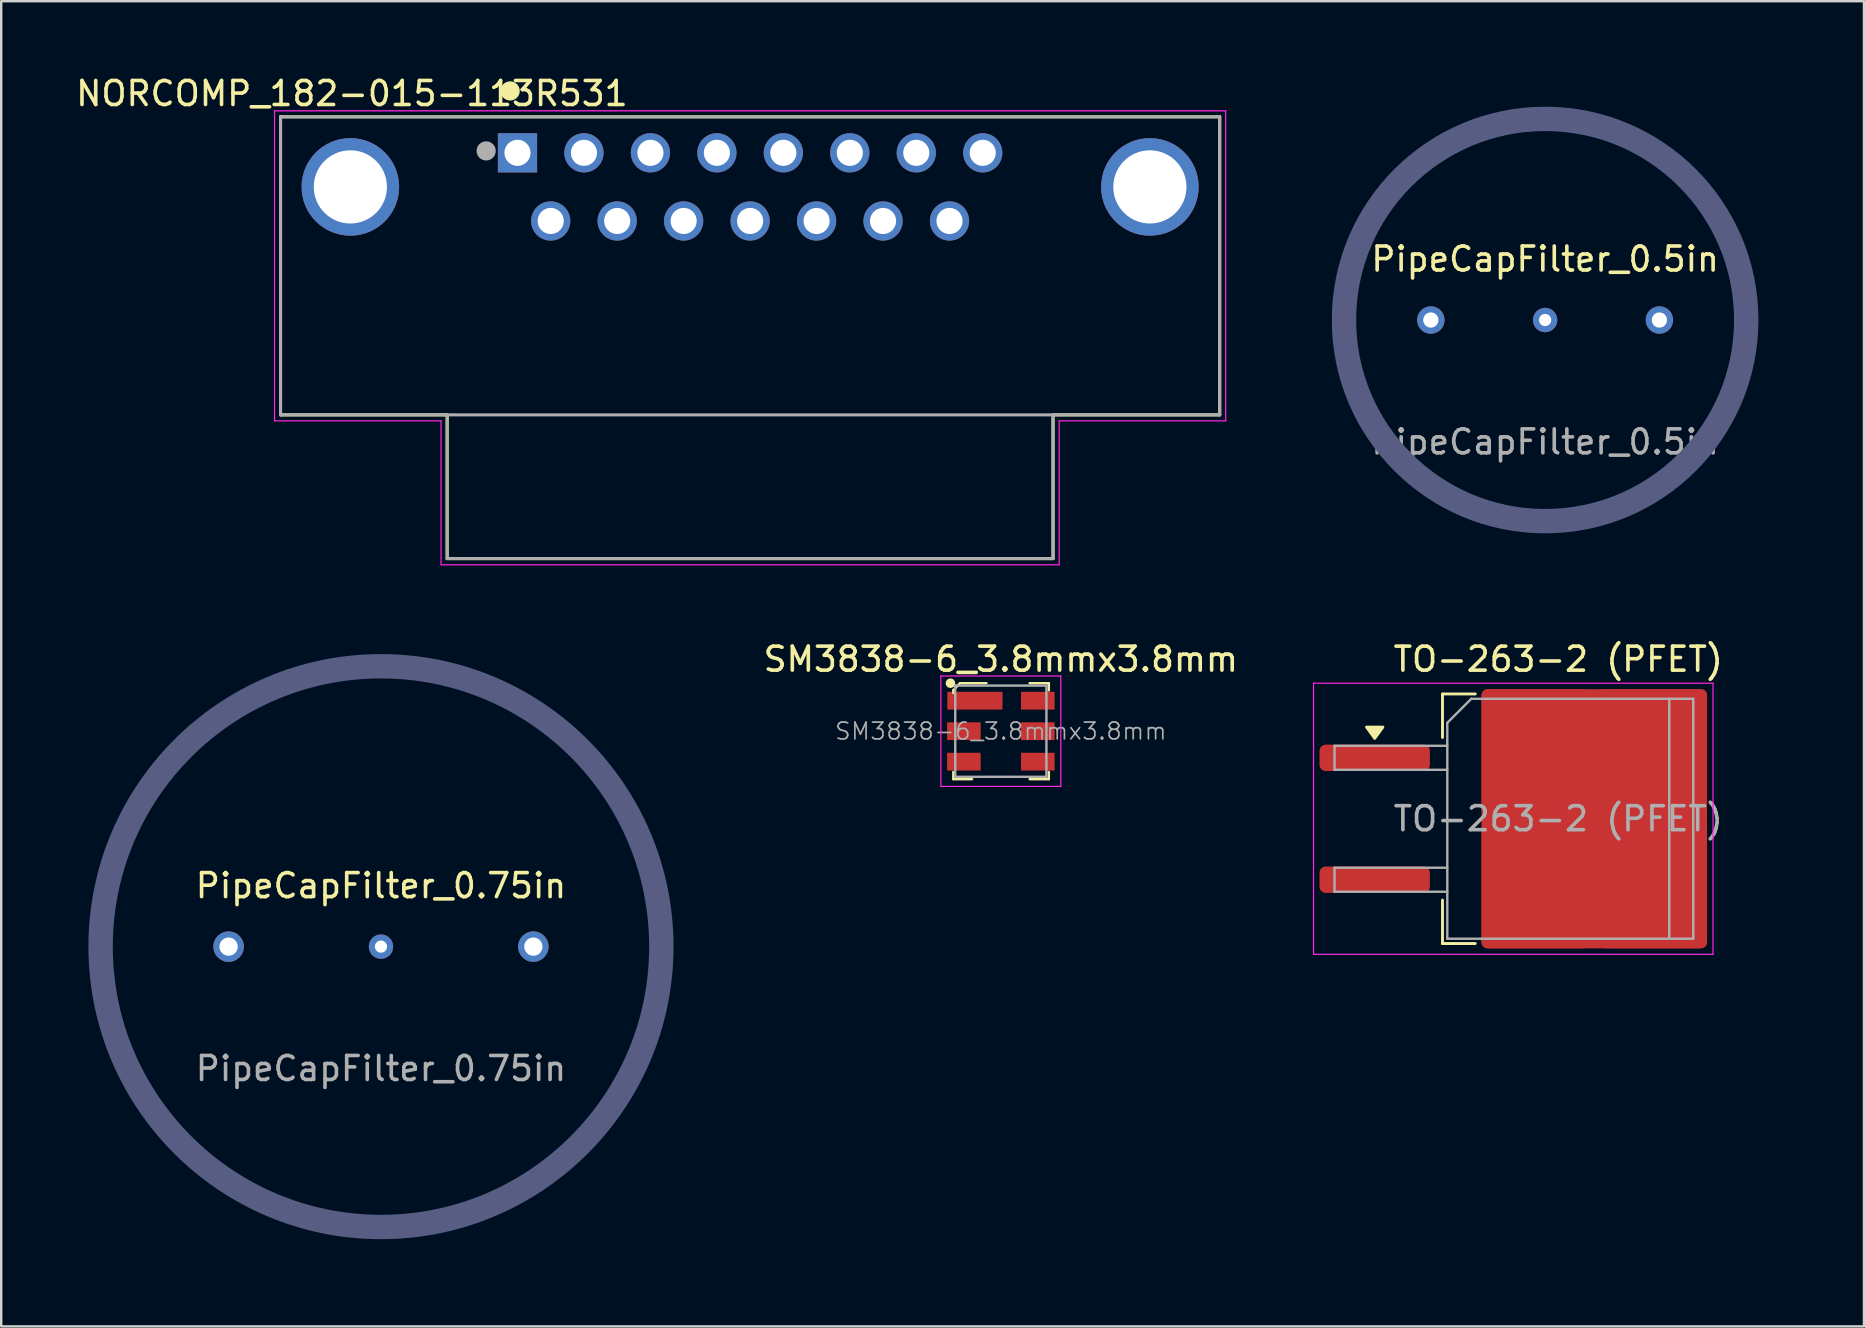
<source format=kicad_pcb>
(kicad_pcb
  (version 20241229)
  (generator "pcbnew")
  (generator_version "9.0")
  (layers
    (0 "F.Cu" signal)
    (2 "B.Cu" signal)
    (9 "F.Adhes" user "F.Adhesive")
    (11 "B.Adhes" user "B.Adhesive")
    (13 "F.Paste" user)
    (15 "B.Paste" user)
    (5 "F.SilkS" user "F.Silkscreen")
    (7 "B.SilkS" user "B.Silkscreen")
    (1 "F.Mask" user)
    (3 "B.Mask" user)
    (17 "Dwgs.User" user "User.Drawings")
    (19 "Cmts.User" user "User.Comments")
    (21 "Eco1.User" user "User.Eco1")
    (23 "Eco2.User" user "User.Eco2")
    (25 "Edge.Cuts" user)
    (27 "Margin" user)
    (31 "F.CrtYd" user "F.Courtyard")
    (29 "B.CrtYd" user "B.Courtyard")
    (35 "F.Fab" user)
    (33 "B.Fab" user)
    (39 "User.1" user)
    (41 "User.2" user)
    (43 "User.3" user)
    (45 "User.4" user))
  (footprint "TO-263-2 (PFET)"
    (layer "F.Cu")
    (at 61.891 31.072)
    (property "Reference" "TO-263-2 (PFET)" (at 0 -6.65 0) (layer "F.SilkS") (effects (font (size 1 1) (thickness 0.15))))
    (attr smd)
    (fp_line (start -4.825 -5.2) (end -4.825 -3.39) (stroke (width 0.12) (type solid)) (layer "F.SilkS"))
    (fp_line (start -4.825 5.2) (end -4.825 3.39) (stroke (width 0.12) (type solid)) (layer "F.SilkS"))
    (fp_line (start -3.46 -5.2) (end -4.825 -5.2) (stroke (width 0.12) (type solid)) (layer "F.SilkS"))
    (fp_line (start -3.46 5.2) (end -4.825 5.2) (stroke (width 0.12) (type solid)) (layer "F.SilkS"))
    (fp_poly (pts (xy -7.65 -3.35) (xy -7.99 -3.82) (xy -7.31 -3.82) (xy -7.65 -3.35)) (stroke (width 0.12) (type solid)) (fill yes) (layer "F.SilkS"))
    (fp_line (start -10.2 -5.65) (end -10.2 5.65) (stroke (width 0.05) (type solid)) (layer "F.CrtYd"))
    (fp_line (start -10.2 5.65) (end 6.45 5.65) (stroke (width 0.05) (type solid)) (layer "F.CrtYd"))
    (fp_line (start 6.45 -5.65) (end -10.2 -5.65) (stroke (width 0.05) (type solid)) (layer "F.CrtYd"))
    (fp_line (start 6.45 5.65) (end 6.45 -5.65) (stroke (width 0.05) (type solid)) (layer "F.CrtYd"))
    (fp_line (start -9.325 -3.04) (end -9.325 -2.04) (stroke (width 0.1) (type solid)) (layer "F.Fab"))
    (fp_line (start -9.325 -2.04) (end -4.625 -2.04) (stroke (width 0.1) (type solid)) (layer "F.Fab"))
    (fp_line (start -9.325 2.04) (end -9.325 3.04) (stroke (width 0.1) (type solid)) (layer "F.Fab"))
    (fp_line (start -9.325 3.04) (end -4.625 3.04) (stroke (width 0.1) (type solid)) (layer "F.Fab"))
    (fp_line (start -4.625 -4) (end -3.625 -5) (stroke (width 0.1) (type solid)) (layer "F.Fab"))
    (fp_line (start -4.625 -3.04) (end -9.325 -3.04) (stroke (width 0.1) (type solid)) (layer "F.Fab"))
    (fp_line (start -4.625 2.04) (end -9.325 2.04) (stroke (width 0.1) (type solid)) (layer "F.Fab"))
    (fp_line (start -4.625 5) (end -4.625 -4) (stroke (width 0.1) (type solid)) (layer "F.Fab"))
    (fp_line (start -3.625 -5) (end 4.625 -5) (stroke (width 0.1) (type solid)) (layer "F.Fab"))
    (fp_line (start 4.625 -5) (end 4.625 5) (stroke (width 0.1) (type solid)) (layer "F.Fab"))
    (fp_line (start 4.625 -5) (end 5.625 -5) (stroke (width 0.1) (type solid)) (layer "F.Fab"))
    (fp_line (start 4.625 5) (end -4.625 5) (stroke (width 0.1) (type solid)) (layer "F.Fab"))
    (fp_line (start 5.625 -5) (end 5.625 5) (stroke (width 0.1) (type solid)) (layer "F.Fab"))
    (fp_line (start 5.625 5) (end 4.625 5) (stroke (width 0.1) (type solid)) (layer "F.Fab"))
    (fp_text user "${REFERENCE}" (at 0 0 0) (layer "F.Fab") (effects (font (size 1 1) (thickness 0.15))))
    (pad "1" smd roundrect (at -7.65 -2.54) (size 4.6 1.1) (layers "F.Cu" "F.Mask" "F.Paste") (roundrect_rratio 0.227))
    (pad "2" smd roundrect (at -7.65 2.54) (size 4.6 1.1) (layers "F.Cu" "F.Mask" "F.Paste") (roundrect_rratio 0.227))
    (pad "3" smd roundrect (at -0.925 -2.775) (size 4.55 5.25) (layers "F.Cu" "F.Paste") (roundrect_rratio 0.055))
    (pad "3" smd roundrect (at -0.925 2.775) (size 4.55 5.25) (layers "F.Cu" "F.Paste") (roundrect_rratio 0.055))
    (pad "3" smd roundrect (at 1.5 0) (size 9.4 10.8) (layers "F.Cu" "F.Mask") (roundrect_rratio 0.027))
    (pad "3" smd roundrect (at 3.925 -2.775) (size 4.55 5.25) (layers "F.Cu" "F.Paste") (roundrect_rratio 0.055))
    (pad "3" smd roundrect (at 3.925 2.775) (size 4.55 5.25) (layers "F.Cu" "F.Paste") (roundrect_rratio 0.055)))
  (footprint "PipeCapFilter_0.5in"
    (layer "F.Cu")
    (at 61.343 10.287)
    (property "Reference" "PipeCapFilter_0.5in" (at 0 -2.54 0) (unlocked yes) (layer "F.SilkS") (effects (font (size 1 1) (thickness 0.15))))
    (attr through_hole)
    (fp_circle (center 0 0) (end 10.16 0) (stroke (width 0.254) (type solid)) (fill yes) (layer "B.Mask"))
    (fp_circle (center 0 0) (end 8.382 0) (stroke (width 1.016) (type solid)) (fill no) (layer "B.Fab"))
    (fp_text user "${REFERENCE}" (at 0 5.08 0) (unlocked yes) (layer "F.Fab") (effects (font (size 1 1) (thickness 0.15))))
    (pad "1" thru_hole circle (at -4.763 0) (size 1.143 1.143) (drill 0.635) (layers "*.Cu" "*.Mask"))
    (pad "2" thru_hole circle (at 4.763 0 15) (size 1.143 1.143) (drill 0.635) (layers "*.Cu" "*.Mask"))
    (pad "3" thru_hole circle (at 0 0) (size 1.016 1.016) (drill 0.508) (layers "*.Cu" "*.Mask")))
  (footprint "PipeCapFilter_0.75in"
    (layer "F.Cu")
    (at 12.827 36.401)
    (property "Reference" "PipeCapFilter_0.75in" (at 0 -2.54 0) (unlocked yes) (layer "F.SilkS") (effects (font (size 1 1) (thickness 0.15))))
    (attr through_hole)
    (fp_circle (center 0 0) (end 12.7 0) (stroke (width 0.254) (type solid)) (fill yes) (layer "B.Mask"))
    (fp_circle (center 0 0) (end 11.684 0) (stroke (width 1.016) (type solid)) (fill no) (layer "B.Fab"))
    (fp_text user "${REFERENCE}" (at 0 5.08 0) (unlocked yes) (layer "F.Fab") (effects (font (size 1 1) (thickness 0.15))))
    (pad "1" thru_hole circle (at -6.35 0) (size 1.27 1.27) (drill 0.762) (layers "*.Cu" "*.Mask"))
    (pad "2" thru_hole circle (at 6.35 0 15) (size 1.27 1.27) (drill 0.762) (layers "*.Cu" "*.Mask"))
    (pad "3" thru_hole circle (at 0 0) (size 1.016 1.016) (drill 0.508) (layers "*.Cu" "*.Mask")))
  (footprint "SM3838-6_3.8mmx3.8mm"
    (layer "F.Cu")
    (at 38.66 27.422)
    (property "Reference" "SM3838-6_3.8mmx3.8mm" (at 0 -3 0) (layer "F.SilkS") (effects (font (size 1 1) (thickness 0.15))))
    (attr smd)
    (fp_line (start -1.98 -1.71) (end -1.98 -1.59) (stroke (width 0.1) (type solid)) (layer "F.SilkS"))
    (fp_line (start -1.98 1.7) (end -1.98 2) (stroke (width 0.1) (type solid)) (layer "F.SilkS"))
    (fp_line (start -1.98 2) (end -1.2 2) (stroke (width 0.1) (type solid)) (layer "F.SilkS"))
    (fp_line (start -1.7 -2) (end -1.98 -1.71) (stroke (width 0.1) (type solid)) (layer "F.SilkS"))
    (fp_line (start -0.6 -2) (end -1.7 -2) (stroke (width 0.1) (type solid)) (layer "F.SilkS"))
    (fp_line (start 1.2 -2) (end 2 -2) (stroke (width 0.1) (type solid)) (layer "F.SilkS"))
    (fp_line (start 2 -2) (end 2 -1.7) (stroke (width 0.1) (type solid)) (layer "F.SilkS"))
    (fp_line (start 2 1.7) (end 2 2) (stroke (width 0.1) (type solid)) (layer "F.SilkS"))
    (fp_line (start 2 2) (end 1.2 2) (stroke (width 0.1) (type solid)) (layer "F.SilkS"))
    (fp_circle (center -2.1 -2) (end -2 -2) (stroke (width 0.2) (type solid)) (fill no) (layer "F.SilkS"))
    (fp_line (start -2.5 -2.3) (end -2.5 2.3) (stroke (width 0.05) (type solid)) (layer "F.CrtYd"))
    (fp_line (start -2.5 -2.3) (end 2.5 -2.3) (stroke (width 0.05) (type solid)) (layer "F.CrtYd"))
    (fp_line (start -2.5 2.3) (end 2.5 2.3) (stroke (width 0.05) (type solid)) (layer "F.CrtYd"))
    (fp_line (start 2.5 2.3) (end 2.5 -2.3) (stroke (width 0.05) (type solid)) (layer "F.CrtYd"))
    (fp_line (start -1.9 1.9) (end -1.9 -1.9) (stroke (width 0.1) (type solid)) (layer "F.Fab"))
    (fp_line (start -1.9 1.9) (end 1.9 1.9) (stroke (width 0.1) (type solid)) (layer "F.Fab"))
    (fp_line (start 1.9 -1.9) (end -1.9 -1.9) (stroke (width 0.1) (type solid)) (layer "F.Fab"))
    (fp_line (start 1.9 -1.9) (end 1.9 1.9) (stroke (width 0.1) (type solid)) (layer "F.Fab"))
    (fp_text user "${REFERENCE}" (at 0 0 0) (layer "F.Fab") (effects (font (size 0.7 0.7) (thickness 0.07))))
    (pad "1" smd rect (at -1.08 -1.27) (size 2.3 0.74) (layers "F.Cu" "F.Mask" "F.Paste"))
    (pad "2" smd rect (at -1.54 0) (size 1.4 0.74) (layers "F.Cu" "F.Mask" "F.Paste"))
    (pad "3" smd rect (at -1.54 1.27) (size 1.4 0.74) (layers "F.Cu" "F.Mask" "F.Paste"))
    (pad "4" smd rect (at 1.54 1.27) (size 1.4 0.74) (layers "F.Cu" "F.Mask" "F.Paste"))
    (pad "5" smd rect (at 1.54 0) (size 1.4 0.74) (layers "F.Cu" "F.Mask" "F.Paste"))
    (pad "6" smd rect (at 1.54 -1.27) (size 1.4 0.74) (layers "F.Cu" "F.Mask" "F.Paste")))
  (footprint "NORCOMP_182-015-113R531"
    (layer "F.Cu")
    (at 28.211 4.739)
    (property "Reference" "NORCOMP_182-015-113R531" (at -16.595 -3.89 0) (layer "F.SilkS") (effects (font (size 1.001 1.001) (thickness 0.15))))
    (attr through_hole)
    (fp_line (start -19.57 -2.92) (end -19.57 9.5) (stroke (width 0.127) (type solid)) (layer "F.SilkS"))
    (fp_line (start -19.57 9.5) (end -12.625 9.5) (stroke (width 0.127) (type solid)) (layer "F.SilkS"))
    (fp_line (start -12.625 9.5) (end -12.625 15.49) (stroke (width 0.127) (type solid)) (layer "F.SilkS"))
    (fp_line (start -12.625 15.49) (end 12.625 15.49) (stroke (width 0.127) (type solid)) (layer "F.SilkS"))
    (fp_line (start 12.625 9.5) (end 19.57 9.5) (stroke (width 0.127) (type solid)) (layer "F.SilkS"))
    (fp_line (start 12.625 15.49) (end 12.625 9.5) (stroke (width 0.127) (type solid)) (layer "F.SilkS"))
    (fp_line (start 19.57 -2.92) (end -19.57 -2.92) (stroke (width 0.127) (type solid)) (layer "F.SilkS"))
    (fp_line (start 19.57 9.5) (end 19.57 -2.92) (stroke (width 0.127) (type solid)) (layer "F.SilkS"))
    (fp_circle (center -10 -4) (end -9.8 -4) (stroke (width 0.4) (type solid)) (fill no) (layer "F.SilkS"))
    (fp_line (start -19.82 -3.17) (end -19.82 9.75) (stroke (width 0.05) (type solid)) (layer "F.CrtYd"))
    (fp_line (start -19.82 9.75) (end -12.88 9.75) (stroke (width 0.05) (type solid)) (layer "F.CrtYd"))
    (fp_line (start -12.88 9.75) (end -12.88 15.75) (stroke (width 0.05) (type solid)) (layer "F.CrtYd"))
    (fp_line (start -12.88 15.75) (end 12.88 15.75) (stroke (width 0.05) (type solid)) (layer "F.CrtYd"))
    (fp_line (start 12.88 9.75) (end 19.82 9.75) (stroke (width 0.05) (type solid)) (layer "F.CrtYd"))
    (fp_line (start 12.88 15.75) (end 12.88 9.75) (stroke (width 0.05) (type solid)) (layer "F.CrtYd"))
    (fp_line (start 19.82 -3.17) (end -19.82 -3.17) (stroke (width 0.05) (type solid)) (layer "F.CrtYd"))
    (fp_line (start 19.82 9.75) (end 19.82 -3.17) (stroke (width 0.05) (type solid)) (layer "F.CrtYd"))
    (fp_line (start -19.57 -2.92) (end -19.57 9.5) (stroke (width 0.127) (type solid)) (layer "F.Fab"))
    (fp_line (start -19.57 9.5) (end -12.625 9.5) (stroke (width 0.127) (type solid)) (layer "F.Fab"))
    (fp_line (start -12.625 9.5) (end -12.625 15.49) (stroke (width 0.127) (type solid)) (layer "F.Fab"))
    (fp_line (start -12.625 9.5) (end 12.625 9.5) (stroke (width 0.127) (type solid)) (layer "F.Fab"))
    (fp_line (start -12.625 15.49) (end 12.625 15.49) (stroke (width 0.127) (type solid)) (layer "F.Fab"))
    (fp_line (start 12.625 9.5) (end 19.57 9.5) (stroke (width 0.127) (type solid)) (layer "F.Fab"))
    (fp_line (start 12.625 15.49) (end 12.625 9.5) (stroke (width 0.127) (type solid)) (layer "F.Fab"))
    (fp_line (start 19.57 -2.92) (end -19.57 -2.92) (stroke (width 0.127) (type solid)) (layer "F.Fab"))
    (fp_line (start 19.57 9.5) (end 19.57 -2.92) (stroke (width 0.127) (type solid)) (layer "F.Fab"))
    (fp_circle (center -11 -1.5) (end -10.8 -1.5) (stroke (width 0.4) (type solid)) (fill no) (layer "F.Fab"))
    (pad "1" thru_hole rect (at -9.695 -1.42) (size 1.635 1.635) (drill 1.09) (layers "*.Cu" "*.Mask"))
    (pad "2" thru_hole circle (at -6.925 -1.42) (size 1.635 1.635) (drill 1.09) (layers "*.Cu" "*.Mask"))
    (pad "3" thru_hole circle (at -4.155 -1.42) (size 1.635 1.635) (drill 1.09) (layers "*.Cu" "*.Mask"))
    (pad "4" thru_hole circle (at -1.385 -1.42) (size 1.635 1.635) (drill 1.09) (layers "*.Cu" "*.Mask"))
    (pad "5" thru_hole circle (at 1.385 -1.42) (size 1.635 1.635) (drill 1.09) (layers "*.Cu" "*.Mask"))
    (pad "6" thru_hole circle (at 4.155 -1.42) (size 1.635 1.635) (drill 1.09) (layers "*.Cu" "*.Mask"))
    (pad "7" thru_hole circle (at 6.925 -1.42) (size 1.635 1.635) (drill 1.09) (layers "*.Cu" "*.Mask"))
    (pad "8" thru_hole circle (at 9.695 -1.42) (size 1.635 1.635) (drill 1.09) (layers "*.Cu" "*.Mask"))
    (pad "9" thru_hole circle (at -8.31 1.42) (size 1.635 1.635) (drill 1.09) (layers "*.Cu" "*.Mask"))
    (pad "10" thru_hole circle (at -5.54 1.42) (size 1.635 1.635) (drill 1.09) (layers "*.Cu" "*.Mask"))
    (pad "11" thru_hole circle (at -2.77 1.42) (size 1.635 1.635) (drill 1.09) (layers "*.Cu" "*.Mask"))
    (pad "12" thru_hole circle (at 0 1.42) (size 1.635 1.635) (drill 1.09) (layers "*.Cu" "*.Mask"))
    (pad "13" thru_hole circle (at 2.77 1.42) (size 1.635 1.635) (drill 1.09) (layers "*.Cu" "*.Mask"))
    (pad "14" thru_hole circle (at 5.54 1.42) (size 1.635 1.635) (drill 1.09) (layers "*.Cu" "*.Mask"))
    (pad "15" thru_hole circle (at 8.31 1.42) (size 1.635 1.635) (drill 1.09) (layers "*.Cu" "*.Mask"))
    (pad "SH1" thru_hole circle (at -16.66 0) (size 4.066 4.066) (drill 3.05) (layers "*.Cu" "*.Mask"))
    (pad "SH2" thru_hole circle (at 16.66 0) (size 4.066 4.066) (drill 3.05) (layers "*.Cu" "*.Mask")))
  (gr_rect
    (start -3 -3)
    (end 74.63 52.228)
    (stroke (width 0.1) (type default))
    (fill no)
    (layer "Edge.Cuts")))
</source>
